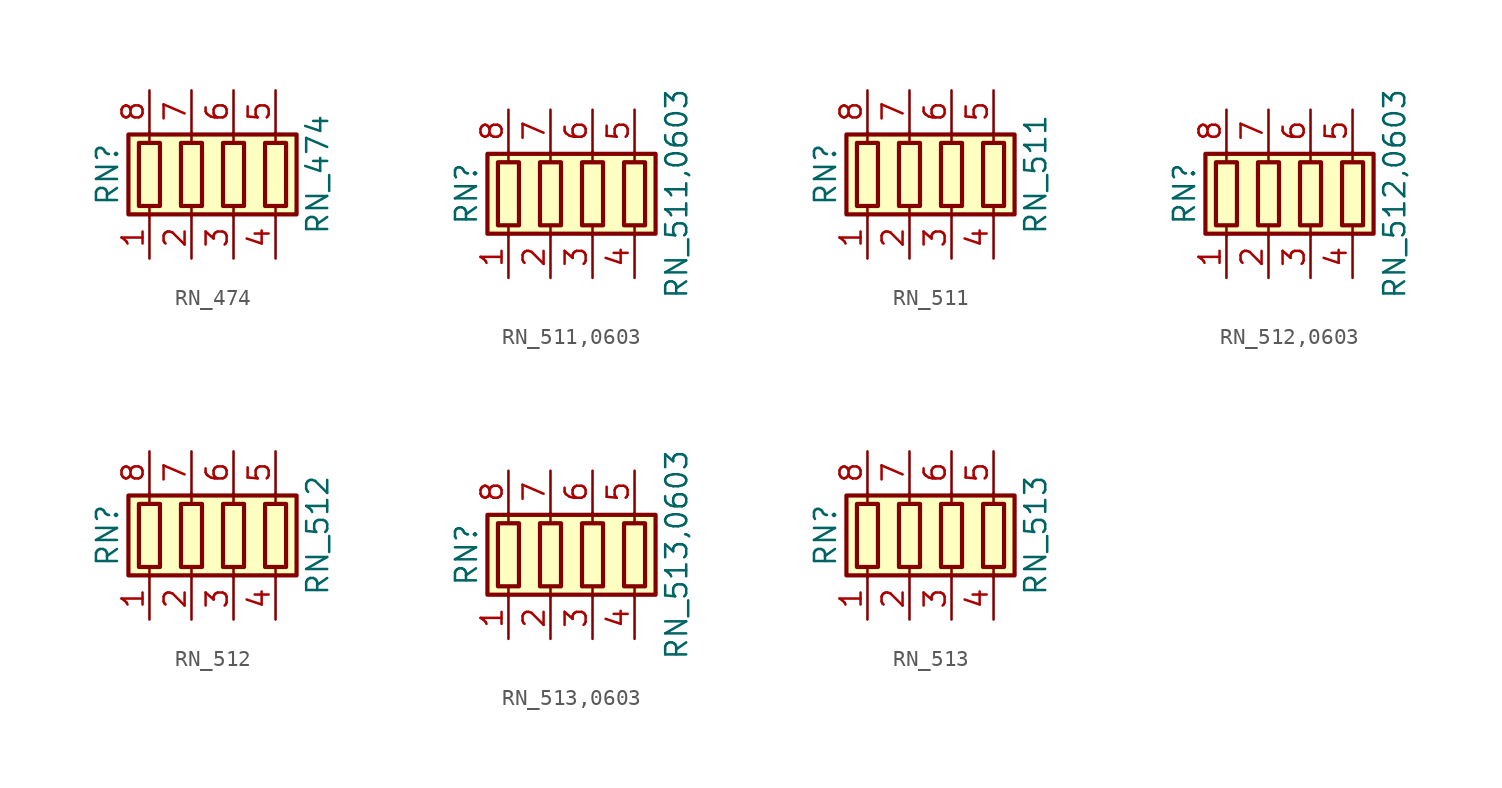
<source format=kicad_sym>
(kicad_symbol_lib
  (version 20211014)
  (generator kicad_symbol_editor)
  (symbol "RN_474"
    (pin_names
      (offset 0) hide)
    (property "Reference" "RN"
      (at -7.62 0 90)
      (effects (font (size 1.27 1.27))))
    (property "Value" "RN_474"
      (at 5.08 0 90)
      (effects (font (size 1.27 1.27))))
    (symbol "RN_474_0_1"
      (rectangle (start -6.35 -2.413) (end 3.81 2.413) (stroke (width 0.254) (type default) (color 0 0 0 0)) (fill (type background)))
      (rectangle (start -5.715 1.905) (end -4.445 -1.905) (stroke (width 0.254) (type default) (color 0 0 0 0)) (fill (type none)))
      (rectangle (start -3.175 1.905) (end -1.905 -1.905) (stroke (width 0.254) (type default) (color 0 0 0 0)) (fill (type none)))
      (rectangle (start -0.635 1.905) (end 0.635 -1.905) (stroke (width 0.254) (type default) (color 0 0 0 0)) (fill (type none)))
      (polyline (pts (xy -5.08 -2.54) (xy -5.08 -1.905)) (stroke (width 0) (type default) (color 0 0 0 0)) (fill (type none)))
      (polyline (pts (xy -5.08 1.905) (xy -5.08 2.54)) (stroke (width 0) (type default) (color 0 0 0 0)) (fill (type none)))
      (polyline (pts (xy -2.54 -2.54) (xy -2.54 -1.905)) (stroke (width 0) (type default) (color 0 0 0 0)) (fill (type none)))
      (polyline (pts (xy -2.54 1.905) (xy -2.54 2.54)) (stroke (width 0) (type default) (color 0 0 0 0)) (fill (type none)))
      (polyline (pts (xy 0 -2.54) (xy 0 -1.905)) (stroke (width 0) (type default) (color 0 0 0 0)) (fill (type none)))
      (polyline (pts (xy 0 1.905) (xy 0 2.54)) (stroke (width 0) (type default) (color 0 0 0 0)) (fill (type none)))
      (polyline (pts (xy 2.54 -2.54) (xy 2.54 -1.905)) (stroke (width 0) (type default) (color 0 0 0 0)) (fill (type none)))
      (polyline (pts (xy 2.54 1.905) (xy 2.54 2.54)) (stroke (width 0) (type default) (color 0 0 0 0)) (fill (type none)))
      (rectangle (start 1.905 1.905) (end 3.175 -1.905) (stroke (width 0.254) (type default) (color 0 0 0 0)) (fill (type none))))
    (symbol "RN_474_1_1"
      (pin passive line (at -5.08 -5.08 90) (length 2.54) (name "R1.1" (effects (font (size 1.27 1.27)))) (number "1" (effects (font (size 1.27 1.27)))))
      (pin passive line (at -2.54 -5.08 90) (length 2.54) (name "R2.1" (effects (font (size 1.27 1.27)))) (number "2" (effects (font (size 1.27 1.27)))))
      (pin passive line (at 0 -5.08 90) (length 2.54) (name "R3.1" (effects (font (size 1.27 1.27)))) (number "3" (effects (font (size 1.27 1.27)))))
      (pin passive line (at 2.54 -5.08 90) (length 2.54) (name "R4.1" (effects (font (size 1.27 1.27)))) (number "4" (effects (font (size 1.27 1.27)))))
      (pin passive line (at 2.54 5.08 270) (length 2.54) (name "R4.2" (effects (font (size 1.27 1.27)))) (number "5" (effects (font (size 1.27 1.27)))))
      (pin passive line (at 0 5.08 270) (length 2.54) (name "R3.2" (effects (font (size 1.27 1.27)))) (number "6" (effects (font (size 1.27 1.27)))))
      (pin passive line (at -2.54 5.08 270) (length 2.54) (name "R2.2" (effects (font (size 1.27 1.27)))) (number "7" (effects (font (size 1.27 1.27)))))
      (pin passive line (at -5.08 5.08 270) (length 2.54) (name "R1.2" (effects (font (size 1.27 1.27)))) (number "8" (effects (font (size 1.27 1.27)))))))
  (symbol "RN_511,0603"
    (pin_names
      (offset 0) hide)
    (property "Reference" "RN"
      (at -7.62 0 90)
      (effects (font (size 1.27 1.27))))
    (property "Value" "RN_511,0603"
      (at 5.08 0 90)
      (effects (font (size 1.27 1.27))))
    (symbol "RN_511,0603_0_1"
      (rectangle (start -6.35 -2.413) (end 3.81 2.413) (stroke (width 0.254) (type default) (color 0 0 0 0)) (fill (type background)))
      (rectangle (start -5.715 1.905) (end -4.445 -1.905) (stroke (width 0.254) (type default) (color 0 0 0 0)) (fill (type none)))
      (rectangle (start -3.175 1.905) (end -1.905 -1.905) (stroke (width 0.254) (type default) (color 0 0 0 0)) (fill (type none)))
      (rectangle (start -0.635 1.905) (end 0.635 -1.905) (stroke (width 0.254) (type default) (color 0 0 0 0)) (fill (type none)))
      (polyline (pts (xy -5.08 -2.54) (xy -5.08 -1.905)) (stroke (width 0) (type default) (color 0 0 0 0)) (fill (type none)))
      (polyline (pts (xy -5.08 1.905) (xy -5.08 2.54)) (stroke (width 0) (type default) (color 0 0 0 0)) (fill (type none)))
      (polyline (pts (xy -2.54 -2.54) (xy -2.54 -1.905)) (stroke (width 0) (type default) (color 0 0 0 0)) (fill (type none)))
      (polyline (pts (xy -2.54 1.905) (xy -2.54 2.54)) (stroke (width 0) (type default) (color 0 0 0 0)) (fill (type none)))
      (polyline (pts (xy 0 -2.54) (xy 0 -1.905)) (stroke (width 0) (type default) (color 0 0 0 0)) (fill (type none)))
      (polyline (pts (xy 0 1.905) (xy 0 2.54)) (stroke (width 0) (type default) (color 0 0 0 0)) (fill (type none)))
      (polyline (pts (xy 2.54 -2.54) (xy 2.54 -1.905)) (stroke (width 0) (type default) (color 0 0 0 0)) (fill (type none)))
      (polyline (pts (xy 2.54 1.905) (xy 2.54 2.54)) (stroke (width 0) (type default) (color 0 0 0 0)) (fill (type none)))
      (rectangle (start 1.905 1.905) (end 3.175 -1.905) (stroke (width 0.254) (type default) (color 0 0 0 0)) (fill (type none))))
    (symbol "RN_511,0603_1_1"
      (pin passive line (at -5.08 -5.08 90) (length 2.54) (name "R1.1" (effects (font (size 1.27 1.27)))) (number "1" (effects (font (size 1.27 1.27)))))
      (pin passive line (at -2.54 -5.08 90) (length 2.54) (name "R2.1" (effects (font (size 1.27 1.27)))) (number "2" (effects (font (size 1.27 1.27)))))
      (pin passive line (at 0 -5.08 90) (length 2.54) (name "R3.1" (effects (font (size 1.27 1.27)))) (number "3" (effects (font (size 1.27 1.27)))))
      (pin passive line (at 2.54 -5.08 90) (length 2.54) (name "R4.1" (effects (font (size 1.27 1.27)))) (number "4" (effects (font (size 1.27 1.27)))))
      (pin passive line (at 2.54 5.08 270) (length 2.54) (name "R4.2" (effects (font (size 1.27 1.27)))) (number "5" (effects (font (size 1.27 1.27)))))
      (pin passive line (at 0 5.08 270) (length 2.54) (name "R3.2" (effects (font (size 1.27 1.27)))) (number "6" (effects (font (size 1.27 1.27)))))
      (pin passive line (at -2.54 5.08 270) (length 2.54) (name "R2.2" (effects (font (size 1.27 1.27)))) (number "7" (effects (font (size 1.27 1.27)))))
      (pin passive line (at -5.08 5.08 270) (length 2.54) (name "R1.2" (effects (font (size 1.27 1.27)))) (number "8" (effects (font (size 1.27 1.27)))))))
  (symbol "RN_511"
    (pin_names
      (offset 0) hide)
    (property "Reference" "RN"
      (at -7.62 0 90)
      (effects (font (size 1.27 1.27))))
    (property "Value" "RN_511"
      (at 5.08 0 90)
      (effects (font (size 1.27 1.27))))
    (symbol "RN_511_0_1"
      (rectangle (start -6.35 -2.413) (end 3.81 2.413) (stroke (width 0.254) (type default) (color 0 0 0 0)) (fill (type background)))
      (rectangle (start -5.715 1.905) (end -4.445 -1.905) (stroke (width 0.254) (type default) (color 0 0 0 0)) (fill (type none)))
      (rectangle (start -3.175 1.905) (end -1.905 -1.905) (stroke (width 0.254) (type default) (color 0 0 0 0)) (fill (type none)))
      (rectangle (start -0.635 1.905) (end 0.635 -1.905) (stroke (width 0.254) (type default) (color 0 0 0 0)) (fill (type none)))
      (polyline (pts (xy -5.08 -2.54) (xy -5.08 -1.905)) (stroke (width 0) (type default) (color 0 0 0 0)) (fill (type none)))
      (polyline (pts (xy -5.08 1.905) (xy -5.08 2.54)) (stroke (width 0) (type default) (color 0 0 0 0)) (fill (type none)))
      (polyline (pts (xy -2.54 -2.54) (xy -2.54 -1.905)) (stroke (width 0) (type default) (color 0 0 0 0)) (fill (type none)))
      (polyline (pts (xy -2.54 1.905) (xy -2.54 2.54)) (stroke (width 0) (type default) (color 0 0 0 0)) (fill (type none)))
      (polyline (pts (xy 0 -2.54) (xy 0 -1.905)) (stroke (width 0) (type default) (color 0 0 0 0)) (fill (type none)))
      (polyline (pts (xy 0 1.905) (xy 0 2.54)) (stroke (width 0) (type default) (color 0 0 0 0)) (fill (type none)))
      (polyline (pts (xy 2.54 -2.54) (xy 2.54 -1.905)) (stroke (width 0) (type default) (color 0 0 0 0)) (fill (type none)))
      (polyline (pts (xy 2.54 1.905) (xy 2.54 2.54)) (stroke (width 0) (type default) (color 0 0 0 0)) (fill (type none)))
      (rectangle (start 1.905 1.905) (end 3.175 -1.905) (stroke (width 0.254) (type default) (color 0 0 0 0)) (fill (type none))))
    (symbol "RN_511_1_1"
      (pin passive line (at -5.08 -5.08 90) (length 2.54) (name "R1.1" (effects (font (size 1.27 1.27)))) (number "1" (effects (font (size 1.27 1.27)))))
      (pin passive line (at -2.54 -5.08 90) (length 2.54) (name "R2.1" (effects (font (size 1.27 1.27)))) (number "2" (effects (font (size 1.27 1.27)))))
      (pin passive line (at 0 -5.08 90) (length 2.54) (name "R3.1" (effects (font (size 1.27 1.27)))) (number "3" (effects (font (size 1.27 1.27)))))
      (pin passive line (at 2.54 -5.08 90) (length 2.54) (name "R4.1" (effects (font (size 1.27 1.27)))) (number "4" (effects (font (size 1.27 1.27)))))
      (pin passive line (at 2.54 5.08 270) (length 2.54) (name "R4.2" (effects (font (size 1.27 1.27)))) (number "5" (effects (font (size 1.27 1.27)))))
      (pin passive line (at 0 5.08 270) (length 2.54) (name "R3.2" (effects (font (size 1.27 1.27)))) (number "6" (effects (font (size 1.27 1.27)))))
      (pin passive line (at -2.54 5.08 270) (length 2.54) (name "R2.2" (effects (font (size 1.27 1.27)))) (number "7" (effects (font (size 1.27 1.27)))))
      (pin passive line (at -5.08 5.08 270) (length 2.54) (name "R1.2" (effects (font (size 1.27 1.27)))) (number "8" (effects (font (size 1.27 1.27)))))))
  (symbol "RN_512,0603"
    (pin_names
      (offset 0) hide)
    (property "Reference" "RN"
      (at -7.62 0 90)
      (effects (font (size 1.27 1.27))))
    (property "Value" "RN_512,0603"
      (at 5.08 0 90)
      (effects (font (size 1.27 1.27))))
    (symbol "RN_512,0603_0_1"
      (rectangle (start -6.35 -2.413) (end 3.81 2.413) (stroke (width 0.254) (type default) (color 0 0 0 0)) (fill (type background)))
      (rectangle (start -5.715 1.905) (end -4.445 -1.905) (stroke (width 0.254) (type default) (color 0 0 0 0)) (fill (type none)))
      (rectangle (start -3.175 1.905) (end -1.905 -1.905) (stroke (width 0.254) (type default) (color 0 0 0 0)) (fill (type none)))
      (rectangle (start -0.635 1.905) (end 0.635 -1.905) (stroke (width 0.254) (type default) (color 0 0 0 0)) (fill (type none)))
      (polyline (pts (xy -5.08 -2.54) (xy -5.08 -1.905)) (stroke (width 0) (type default) (color 0 0 0 0)) (fill (type none)))
      (polyline (pts (xy -5.08 1.905) (xy -5.08 2.54)) (stroke (width 0) (type default) (color 0 0 0 0)) (fill (type none)))
      (polyline (pts (xy -2.54 -2.54) (xy -2.54 -1.905)) (stroke (width 0) (type default) (color 0 0 0 0)) (fill (type none)))
      (polyline (pts (xy -2.54 1.905) (xy -2.54 2.54)) (stroke (width 0) (type default) (color 0 0 0 0)) (fill (type none)))
      (polyline (pts (xy 0 -2.54) (xy 0 -1.905)) (stroke (width 0) (type default) (color 0 0 0 0)) (fill (type none)))
      (polyline (pts (xy 0 1.905) (xy 0 2.54)) (stroke (width 0) (type default) (color 0 0 0 0)) (fill (type none)))
      (polyline (pts (xy 2.54 -2.54) (xy 2.54 -1.905)) (stroke (width 0) (type default) (color 0 0 0 0)) (fill (type none)))
      (polyline (pts (xy 2.54 1.905) (xy 2.54 2.54)) (stroke (width 0) (type default) (color 0 0 0 0)) (fill (type none)))
      (rectangle (start 1.905 1.905) (end 3.175 -1.905) (stroke (width 0.254) (type default) (color 0 0 0 0)) (fill (type none))))
    (symbol "RN_512,0603_1_1"
      (pin passive line (at -5.08 -5.08 90) (length 2.54) (name "R1.1" (effects (font (size 1.27 1.27)))) (number "1" (effects (font (size 1.27 1.27)))))
      (pin passive line (at -2.54 -5.08 90) (length 2.54) (name "R2.1" (effects (font (size 1.27 1.27)))) (number "2" (effects (font (size 1.27 1.27)))))
      (pin passive line (at 0 -5.08 90) (length 2.54) (name "R3.1" (effects (font (size 1.27 1.27)))) (number "3" (effects (font (size 1.27 1.27)))))
      (pin passive line (at 2.54 -5.08 90) (length 2.54) (name "R4.1" (effects (font (size 1.27 1.27)))) (number "4" (effects (font (size 1.27 1.27)))))
      (pin passive line (at 2.54 5.08 270) (length 2.54) (name "R4.2" (effects (font (size 1.27 1.27)))) (number "5" (effects (font (size 1.27 1.27)))))
      (pin passive line (at 0 5.08 270) (length 2.54) (name "R3.2" (effects (font (size 1.27 1.27)))) (number "6" (effects (font (size 1.27 1.27)))))
      (pin passive line (at -2.54 5.08 270) (length 2.54) (name "R2.2" (effects (font (size 1.27 1.27)))) (number "7" (effects (font (size 1.27 1.27)))))
      (pin passive line (at -5.08 5.08 270) (length 2.54) (name "R1.2" (effects (font (size 1.27 1.27)))) (number "8" (effects (font (size 1.27 1.27)))))))
  (symbol "RN_512"
    (pin_names
      (offset 0) hide)
    (property "Reference" "RN"
      (at -7.62 0 90)
      (effects (font (size 1.27 1.27))))
    (property "Value" "RN_512"
      (at 5.08 0 90)
      (effects (font (size 1.27 1.27))))
    (symbol "RN_512_0_1"
      (rectangle (start -6.35 -2.413) (end 3.81 2.413) (stroke (width 0.254) (type default) (color 0 0 0 0)) (fill (type background)))
      (rectangle (start -5.715 1.905) (end -4.445 -1.905) (stroke (width 0.254) (type default) (color 0 0 0 0)) (fill (type none)))
      (rectangle (start -3.175 1.905) (end -1.905 -1.905) (stroke (width 0.254) (type default) (color 0 0 0 0)) (fill (type none)))
      (rectangle (start -0.635 1.905) (end 0.635 -1.905) (stroke (width 0.254) (type default) (color 0 0 0 0)) (fill (type none)))
      (polyline (pts (xy -5.08 -2.54) (xy -5.08 -1.905)) (stroke (width 0) (type default) (color 0 0 0 0)) (fill (type none)))
      (polyline (pts (xy -5.08 1.905) (xy -5.08 2.54)) (stroke (width 0) (type default) (color 0 0 0 0)) (fill (type none)))
      (polyline (pts (xy -2.54 -2.54) (xy -2.54 -1.905)) (stroke (width 0) (type default) (color 0 0 0 0)) (fill (type none)))
      (polyline (pts (xy -2.54 1.905) (xy -2.54 2.54)) (stroke (width 0) (type default) (color 0 0 0 0)) (fill (type none)))
      (polyline (pts (xy 0 -2.54) (xy 0 -1.905)) (stroke (width 0) (type default) (color 0 0 0 0)) (fill (type none)))
      (polyline (pts (xy 0 1.905) (xy 0 2.54)) (stroke (width 0) (type default) (color 0 0 0 0)) (fill (type none)))
      (polyline (pts (xy 2.54 -2.54) (xy 2.54 -1.905)) (stroke (width 0) (type default) (color 0 0 0 0)) (fill (type none)))
      (polyline (pts (xy 2.54 1.905) (xy 2.54 2.54)) (stroke (width 0) (type default) (color 0 0 0 0)) (fill (type none)))
      (rectangle (start 1.905 1.905) (end 3.175 -1.905) (stroke (width 0.254) (type default) (color 0 0 0 0)) (fill (type none))))
    (symbol "RN_512_1_1"
      (pin passive line (at -5.08 -5.08 90) (length 2.54) (name "R1.1" (effects (font (size 1.27 1.27)))) (number "1" (effects (font (size 1.27 1.27)))))
      (pin passive line (at -2.54 -5.08 90) (length 2.54) (name "R2.1" (effects (font (size 1.27 1.27)))) (number "2" (effects (font (size 1.27 1.27)))))
      (pin passive line (at 0 -5.08 90) (length 2.54) (name "R3.1" (effects (font (size 1.27 1.27)))) (number "3" (effects (font (size 1.27 1.27)))))
      (pin passive line (at 2.54 -5.08 90) (length 2.54) (name "R4.1" (effects (font (size 1.27 1.27)))) (number "4" (effects (font (size 1.27 1.27)))))
      (pin passive line (at 2.54 5.08 270) (length 2.54) (name "R4.2" (effects (font (size 1.27 1.27)))) (number "5" (effects (font (size 1.27 1.27)))))
      (pin passive line (at 0 5.08 270) (length 2.54) (name "R3.2" (effects (font (size 1.27 1.27)))) (number "6" (effects (font (size 1.27 1.27)))))
      (pin passive line (at -2.54 5.08 270) (length 2.54) (name "R2.2" (effects (font (size 1.27 1.27)))) (number "7" (effects (font (size 1.27 1.27)))))
      (pin passive line (at -5.08 5.08 270) (length 2.54) (name "R1.2" (effects (font (size 1.27 1.27)))) (number "8" (effects (font (size 1.27 1.27)))))))
  (symbol "RN_513,0603"
    (pin_names
      (offset 0) hide)
    (property "Reference" "RN"
      (at -7.62 0 90)
      (effects (font (size 1.27 1.27))))
    (property "Value" "RN_513,0603"
      (at 5.08 0 90)
      (effects (font (size 1.27 1.27))))
    (symbol "RN_513,0603_0_1"
      (rectangle (start -6.35 -2.413) (end 3.81 2.413) (stroke (width 0.254) (type default) (color 0 0 0 0)) (fill (type background)))
      (rectangle (start -5.715 1.905) (end -4.445 -1.905) (stroke (width 0.254) (type default) (color 0 0 0 0)) (fill (type none)))
      (rectangle (start -3.175 1.905) (end -1.905 -1.905) (stroke (width 0.254) (type default) (color 0 0 0 0)) (fill (type none)))
      (rectangle (start -0.635 1.905) (end 0.635 -1.905) (stroke (width 0.254) (type default) (color 0 0 0 0)) (fill (type none)))
      (polyline (pts (xy -5.08 -2.54) (xy -5.08 -1.905)) (stroke (width 0) (type default) (color 0 0 0 0)) (fill (type none)))
      (polyline (pts (xy -5.08 1.905) (xy -5.08 2.54)) (stroke (width 0) (type default) (color 0 0 0 0)) (fill (type none)))
      (polyline (pts (xy -2.54 -2.54) (xy -2.54 -1.905)) (stroke (width 0) (type default) (color 0 0 0 0)) (fill (type none)))
      (polyline (pts (xy -2.54 1.905) (xy -2.54 2.54)) (stroke (width 0) (type default) (color 0 0 0 0)) (fill (type none)))
      (polyline (pts (xy 0 -2.54) (xy 0 -1.905)) (stroke (width 0) (type default) (color 0 0 0 0)) (fill (type none)))
      (polyline (pts (xy 0 1.905) (xy 0 2.54)) (stroke (width 0) (type default) (color 0 0 0 0)) (fill (type none)))
      (polyline (pts (xy 2.54 -2.54) (xy 2.54 -1.905)) (stroke (width 0) (type default) (color 0 0 0 0)) (fill (type none)))
      (polyline (pts (xy 2.54 1.905) (xy 2.54 2.54)) (stroke (width 0) (type default) (color 0 0 0 0)) (fill (type none)))
      (rectangle (start 1.905 1.905) (end 3.175 -1.905) (stroke (width 0.254) (type default) (color 0 0 0 0)) (fill (type none))))
    (symbol "RN_513,0603_1_1"
      (pin passive line (at -5.08 -5.08 90) (length 2.54) (name "R1.1" (effects (font (size 1.27 1.27)))) (number "1" (effects (font (size 1.27 1.27)))))
      (pin passive line (at -2.54 -5.08 90) (length 2.54) (name "R2.1" (effects (font (size 1.27 1.27)))) (number "2" (effects (font (size 1.27 1.27)))))
      (pin passive line (at 0 -5.08 90) (length 2.54) (name "R3.1" (effects (font (size 1.27 1.27)))) (number "3" (effects (font (size 1.27 1.27)))))
      (pin passive line (at 2.54 -5.08 90) (length 2.54) (name "R4.1" (effects (font (size 1.27 1.27)))) (number "4" (effects (font (size 1.27 1.27)))))
      (pin passive line (at 2.54 5.08 270) (length 2.54) (name "R4.2" (effects (font (size 1.27 1.27)))) (number "5" (effects (font (size 1.27 1.27)))))
      (pin passive line (at 0 5.08 270) (length 2.54) (name "R3.2" (effects (font (size 1.27 1.27)))) (number "6" (effects (font (size 1.27 1.27)))))
      (pin passive line (at -2.54 5.08 270) (length 2.54) (name "R2.2" (effects (font (size 1.27 1.27)))) (number "7" (effects (font (size 1.27 1.27)))))
      (pin passive line (at -5.08 5.08 270) (length 2.54) (name "R1.2" (effects (font (size 1.27 1.27)))) (number "8" (effects (font (size 1.27 1.27)))))))
  (symbol "RN_513"
    (pin_names
      (offset 0) hide)
    (property "Reference" "RN"
      (at -7.62 0 90)
      (effects (font (size 1.27 1.27))))
    (property "Value" "RN_513"
      (at 5.08 0 90)
      (effects (font (size 1.27 1.27))))
    (symbol "RN_513_0_1"
      (rectangle (start -6.35 -2.413) (end 3.81 2.413) (stroke (width 0.254) (type default) (color 0 0 0 0)) (fill (type background)))
      (rectangle (start -5.715 1.905) (end -4.445 -1.905) (stroke (width 0.254) (type default) (color 0 0 0 0)) (fill (type none)))
      (rectangle (start -3.175 1.905) (end -1.905 -1.905) (stroke (width 0.254) (type default) (color 0 0 0 0)) (fill (type none)))
      (rectangle (start -0.635 1.905) (end 0.635 -1.905) (stroke (width 0.254) (type default) (color 0 0 0 0)) (fill (type none)))
      (polyline (pts (xy -5.08 -2.54) (xy -5.08 -1.905)) (stroke (width 0) (type default) (color 0 0 0 0)) (fill (type none)))
      (polyline (pts (xy -5.08 1.905) (xy -5.08 2.54)) (stroke (width 0) (type default) (color 0 0 0 0)) (fill (type none)))
      (polyline (pts (xy -2.54 -2.54) (xy -2.54 -1.905)) (stroke (width 0) (type default) (color 0 0 0 0)) (fill (type none)))
      (polyline (pts (xy -2.54 1.905) (xy -2.54 2.54)) (stroke (width 0) (type default) (color 0 0 0 0)) (fill (type none)))
      (polyline (pts (xy 0 -2.54) (xy 0 -1.905)) (stroke (width 0) (type default) (color 0 0 0 0)) (fill (type none)))
      (polyline (pts (xy 0 1.905) (xy 0 2.54)) (stroke (width 0) (type default) (color 0 0 0 0)) (fill (type none)))
      (polyline (pts (xy 2.54 -2.54) (xy 2.54 -1.905)) (stroke (width 0) (type default) (color 0 0 0 0)) (fill (type none)))
      (polyline (pts (xy 2.54 1.905) (xy 2.54 2.54)) (stroke (width 0) (type default) (color 0 0 0 0)) (fill (type none)))
      (rectangle (start 1.905 1.905) (end 3.175 -1.905) (stroke (width 0.254) (type default) (color 0 0 0 0)) (fill (type none))))
    (symbol "RN_513_1_1"
      (pin passive line (at -5.08 -5.08 90) (length 2.54) (name "R1.1" (effects (font (size 1.27 1.27)))) (number "1" (effects (font (size 1.27 1.27)))))
      (pin passive line (at -2.54 -5.08 90) (length 2.54) (name "R2.1" (effects (font (size 1.27 1.27)))) (number "2" (effects (font (size 1.27 1.27)))))
      (pin passive line (at 0 -5.08 90) (length 2.54) (name "R3.1" (effects (font (size 1.27 1.27)))) (number "3" (effects (font (size 1.27 1.27)))))
      (pin passive line (at 2.54 -5.08 90) (length 2.54) (name "R4.1" (effects (font (size 1.27 1.27)))) (number "4" (effects (font (size 1.27 1.27)))))
      (pin passive line (at 2.54 5.08 270) (length 2.54) (name "R4.2" (effects (font (size 1.27 1.27)))) (number "5" (effects (font (size 1.27 1.27)))))
      (pin passive line (at 0 5.08 270) (length 2.54) (name "R3.2" (effects (font (size 1.27 1.27)))) (number "6" (effects (font (size 1.27 1.27)))))
      (pin passive line (at -2.54 5.08 270) (length 2.54) (name "R2.2" (effects (font (size 1.27 1.27)))) (number "7" (effects (font (size 1.27 1.27)))))
      (pin passive line (at -5.08 5.08 270) (length 2.54) (name "R1.2" (effects (font (size 1.27 1.27)))) (number "8" (effects (font (size 1.27 1.27))))))))
</source>
